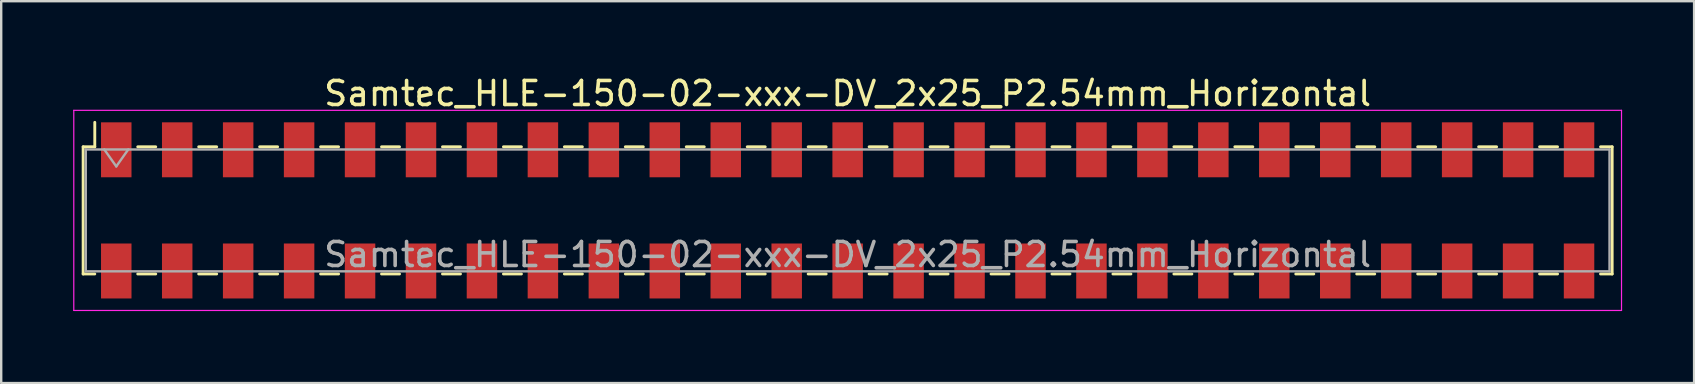
<source format=kicad_pcb>
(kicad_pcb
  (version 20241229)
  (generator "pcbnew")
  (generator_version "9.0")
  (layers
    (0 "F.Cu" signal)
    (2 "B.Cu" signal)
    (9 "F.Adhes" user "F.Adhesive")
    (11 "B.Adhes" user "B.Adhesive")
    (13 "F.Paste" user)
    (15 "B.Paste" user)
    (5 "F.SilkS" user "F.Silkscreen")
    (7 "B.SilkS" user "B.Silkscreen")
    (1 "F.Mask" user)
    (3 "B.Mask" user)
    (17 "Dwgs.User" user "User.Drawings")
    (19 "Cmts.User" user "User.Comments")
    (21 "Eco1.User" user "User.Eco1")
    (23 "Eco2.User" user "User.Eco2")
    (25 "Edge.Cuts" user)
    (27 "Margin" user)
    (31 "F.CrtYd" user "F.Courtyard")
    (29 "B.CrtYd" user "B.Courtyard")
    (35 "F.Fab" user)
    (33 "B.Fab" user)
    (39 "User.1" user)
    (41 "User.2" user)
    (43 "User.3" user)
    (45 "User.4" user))
  (footprint "Samtec_HLE-150-02-xxx-DV_2x25_P2.54mm_Horizontal"
    (layer "F.Cu")
    (at 32.275 5.718)
    (property "Reference" "Samtec_HLE-150-02-xxx-DV_2x25_P2.54mm_Horizontal" (at 0 -4.87 0) (layer "F.SilkS") (effects (font (size 1 1) (thickness 0.15))))
    (attr smd)
    (fp_line (start -31.86 -2.65) (end -31.86 2.65) (stroke (width 0.12) (type solid)) (layer "F.SilkS"))
    (fp_line (start -31.86 2.65) (end -31.375 2.65) (stroke (width 0.12) (type solid)) (layer "F.SilkS"))
    (fp_line (start -31.375 -3.67) (end -31.375 -2.65) (stroke (width 0.12) (type solid)) (layer "F.SilkS"))
    (fp_line (start -31.375 -2.65) (end -31.86 -2.65) (stroke (width 0.12) (type solid)) (layer "F.SilkS"))
    (fp_line (start -29.585 -2.65) (end -28.835 -2.65) (stroke (width 0.12) (type solid)) (layer "F.SilkS"))
    (fp_line (start -29.585 2.65) (end -28.835 2.65) (stroke (width 0.12) (type solid)) (layer "F.SilkS"))
    (fp_line (start -27.045 -2.65) (end -26.295 -2.65) (stroke (width 0.12) (type solid)) (layer "F.SilkS"))
    (fp_line (start -27.045 2.65) (end -26.295 2.65) (stroke (width 0.12) (type solid)) (layer "F.SilkS"))
    (fp_line (start -24.505 -2.65) (end -23.755 -2.65) (stroke (width 0.12) (type solid)) (layer "F.SilkS"))
    (fp_line (start -24.505 2.65) (end -23.755 2.65) (stroke (width 0.12) (type solid)) (layer "F.SilkS"))
    (fp_line (start -21.965 -2.65) (end -21.215 -2.65) (stroke (width 0.12) (type solid)) (layer "F.SilkS"))
    (fp_line (start -21.965 2.65) (end -21.215 2.65) (stroke (width 0.12) (type solid)) (layer "F.SilkS"))
    (fp_line (start -19.425 -2.65) (end -18.675 -2.65) (stroke (width 0.12) (type solid)) (layer "F.SilkS"))
    (fp_line (start -19.425 2.65) (end -18.675 2.65) (stroke (width 0.12) (type solid)) (layer "F.SilkS"))
    (fp_line (start -16.885 -2.65) (end -16.135 -2.65) (stroke (width 0.12) (type solid)) (layer "F.SilkS"))
    (fp_line (start -16.885 2.65) (end -16.135 2.65) (stroke (width 0.12) (type solid)) (layer "F.SilkS"))
    (fp_line (start -14.345 -2.65) (end -13.595 -2.65) (stroke (width 0.12) (type solid)) (layer "F.SilkS"))
    (fp_line (start -14.345 2.65) (end -13.595 2.65) (stroke (width 0.12) (type solid)) (layer "F.SilkS"))
    (fp_line (start -11.805 -2.65) (end -11.055 -2.65) (stroke (width 0.12) (type solid)) (layer "F.SilkS"))
    (fp_line (start -11.805 2.65) (end -11.055 2.65) (stroke (width 0.12) (type solid)) (layer "F.SilkS"))
    (fp_line (start -9.265 -2.65) (end -8.515 -2.65) (stroke (width 0.12) (type solid)) (layer "F.SilkS"))
    (fp_line (start -9.265 2.65) (end -8.515 2.65) (stroke (width 0.12) (type solid)) (layer "F.SilkS"))
    (fp_line (start -6.725 -2.65) (end -5.975 -2.65) (stroke (width 0.12) (type solid)) (layer "F.SilkS"))
    (fp_line (start -6.725 2.65) (end -5.975 2.65) (stroke (width 0.12) (type solid)) (layer "F.SilkS"))
    (fp_line (start -4.185 -2.65) (end -3.435 -2.65) (stroke (width 0.12) (type solid)) (layer "F.SilkS"))
    (fp_line (start -4.185 2.65) (end -3.435 2.65) (stroke (width 0.12) (type solid)) (layer "F.SilkS"))
    (fp_line (start -1.645 -2.65) (end -0.895 -2.65) (stroke (width 0.12) (type solid)) (layer "F.SilkS"))
    (fp_line (start -1.645 2.65) (end -0.895 2.65) (stroke (width 0.12) (type solid)) (layer "F.SilkS"))
    (fp_line (start 0.895 -2.65) (end 1.645 -2.65) (stroke (width 0.12) (type solid)) (layer "F.SilkS"))
    (fp_line (start 0.895 2.65) (end 1.645 2.65) (stroke (width 0.12) (type solid)) (layer "F.SilkS"))
    (fp_line (start 3.435 -2.65) (end 4.185 -2.65) (stroke (width 0.12) (type solid)) (layer "F.SilkS"))
    (fp_line (start 3.435 2.65) (end 4.185 2.65) (stroke (width 0.12) (type solid)) (layer "F.SilkS"))
    (fp_line (start 5.975 -2.65) (end 6.725 -2.65) (stroke (width 0.12) (type solid)) (layer "F.SilkS"))
    (fp_line (start 5.975 2.65) (end 6.725 2.65) (stroke (width 0.12) (type solid)) (layer "F.SilkS"))
    (fp_line (start 8.515 -2.65) (end 9.265 -2.65) (stroke (width 0.12) (type solid)) (layer "F.SilkS"))
    (fp_line (start 8.515 2.65) (end 9.265 2.65) (stroke (width 0.12) (type solid)) (layer "F.SilkS"))
    (fp_line (start 11.055 -2.65) (end 11.805 -2.65) (stroke (width 0.12) (type solid)) (layer "F.SilkS"))
    (fp_line (start 11.055 2.65) (end 11.805 2.65) (stroke (width 0.12) (type solid)) (layer "F.SilkS"))
    (fp_line (start 13.595 -2.65) (end 14.345 -2.65) (stroke (width 0.12) (type solid)) (layer "F.SilkS"))
    (fp_line (start 13.595 2.65) (end 14.345 2.65) (stroke (width 0.12) (type solid)) (layer "F.SilkS"))
    (fp_line (start 16.135 -2.65) (end 16.885 -2.65) (stroke (width 0.12) (type solid)) (layer "F.SilkS"))
    (fp_line (start 16.135 2.65) (end 16.885 2.65) (stroke (width 0.12) (type solid)) (layer "F.SilkS"))
    (fp_line (start 18.675 -2.65) (end 19.425 -2.65) (stroke (width 0.12) (type solid)) (layer "F.SilkS"))
    (fp_line (start 18.675 2.65) (end 19.425 2.65) (stroke (width 0.12) (type solid)) (layer "F.SilkS"))
    (fp_line (start 21.215 -2.65) (end 21.965 -2.65) (stroke (width 0.12) (type solid)) (layer "F.SilkS"))
    (fp_line (start 21.215 2.65) (end 21.965 2.65) (stroke (width 0.12) (type solid)) (layer "F.SilkS"))
    (fp_line (start 23.755 -2.65) (end 24.505 -2.65) (stroke (width 0.12) (type solid)) (layer "F.SilkS"))
    (fp_line (start 23.755 2.65) (end 24.505 2.65) (stroke (width 0.12) (type solid)) (layer "F.SilkS"))
    (fp_line (start 26.295 -2.65) (end 27.045 -2.65) (stroke (width 0.12) (type solid)) (layer "F.SilkS"))
    (fp_line (start 26.295 2.65) (end 27.045 2.65) (stroke (width 0.12) (type solid)) (layer "F.SilkS"))
    (fp_line (start 28.835 -2.65) (end 29.585 -2.65) (stroke (width 0.12) (type solid)) (layer "F.SilkS"))
    (fp_line (start 28.835 2.65) (end 29.585 2.65) (stroke (width 0.12) (type solid)) (layer "F.SilkS"))
    (fp_line (start 31.375 -2.65) (end 31.86 -2.65) (stroke (width 0.12) (type solid)) (layer "F.SilkS"))
    (fp_line (start 31.86 -2.65) (end 31.86 2.65) (stroke (width 0.12) (type solid)) (layer "F.SilkS"))
    (fp_line (start 31.86 2.65) (end 31.375 2.65) (stroke (width 0.12) (type solid)) (layer "F.SilkS"))
    (fp_line (start -32.25 -4.17) (end 32.25 -4.17) (stroke (width 0.05) (type solid)) (layer "F.CrtYd"))
    (fp_line (start -32.25 4.17) (end -32.25 -4.17) (stroke (width 0.05) (type solid)) (layer "F.CrtYd"))
    (fp_line (start 32.25 -4.17) (end 32.25 4.17) (stroke (width 0.05) (type solid)) (layer "F.CrtYd"))
    (fp_line (start 32.25 4.17) (end -32.25 4.17) (stroke (width 0.05) (type solid)) (layer "F.CrtYd"))
    (fp_line (start -31.75 -2.54) (end 31.75 -2.54) (stroke (width 0.1) (type solid)) (layer "F.Fab"))
    (fp_line (start -31.75 2.54) (end -31.75 -2.54) (stroke (width 0.1) (type solid)) (layer "F.Fab"))
    (fp_line (start -30.98 -2.54) (end -30.48 -1.833) (stroke (width 0.1) (type solid)) (layer "F.Fab"))
    (fp_line (start -30.48 -1.833) (end -29.98 -2.54) (stroke (width 0.1) (type solid)) (layer "F.Fab"))
    (fp_line (start 31.75 -2.54) (end 31.75 2.54) (stroke (width 0.1) (type solid)) (layer "F.Fab"))
    (fp_line (start 31.75 2.54) (end -31.75 2.54) (stroke (width 0.1) (type solid)) (layer "F.Fab"))
    (fp_text user "${REFERENCE}" (at 0 1.84 0) (layer "F.Fab") (effects (font (size 1 1) (thickness 0.15))))
    (pad "1" smd rect (at -30.48 -2.525) (size 1.27 2.29) (layers "F.Cu" "F.Mask" "F.Paste"))
    (pad "2" smd rect (at -30.48 2.525) (size 1.27 2.29) (layers "F.Cu" "F.Mask" "F.Paste"))
    (pad "3" smd rect (at -27.94 -2.525) (size 1.27 2.29) (layers "F.Cu" "F.Mask" "F.Paste"))
    (pad "4" smd rect (at -27.94 2.525) (size 1.27 2.29) (layers "F.Cu" "F.Mask" "F.Paste"))
    (pad "5" smd rect (at -25.4 -2.525) (size 1.27 2.29) (layers "F.Cu" "F.Mask" "F.Paste"))
    (pad "6" smd rect (at -25.4 2.525) (size 1.27 2.29) (layers "F.Cu" "F.Mask" "F.Paste"))
    (pad "7" smd rect (at -22.86 -2.525) (size 1.27 2.29) (layers "F.Cu" "F.Mask" "F.Paste"))
    (pad "8" smd rect (at -22.86 2.525) (size 1.27 2.29) (layers "F.Cu" "F.Mask" "F.Paste"))
    (pad "9" smd rect (at -20.32 -2.525) (size 1.27 2.29) (layers "F.Cu" "F.Mask" "F.Paste"))
    (pad "10" smd rect (at -20.32 2.525) (size 1.27 2.29) (layers "F.Cu" "F.Mask" "F.Paste"))
    (pad "11" smd rect (at -17.78 -2.525) (size 1.27 2.29) (layers "F.Cu" "F.Mask" "F.Paste"))
    (pad "12" smd rect (at -17.78 2.525) (size 1.27 2.29) (layers "F.Cu" "F.Mask" "F.Paste"))
    (pad "13" smd rect (at -15.24 -2.525) (size 1.27 2.29) (layers "F.Cu" "F.Mask" "F.Paste"))
    (pad "14" smd rect (at -15.24 2.525) (size 1.27 2.29) (layers "F.Cu" "F.Mask" "F.Paste"))
    (pad "15" smd rect (at -12.7 -2.525) (size 1.27 2.29) (layers "F.Cu" "F.Mask" "F.Paste"))
    (pad "16" smd rect (at -12.7 2.525) (size 1.27 2.29) (layers "F.Cu" "F.Mask" "F.Paste"))
    (pad "17" smd rect (at -10.16 -2.525) (size 1.27 2.29) (layers "F.Cu" "F.Mask" "F.Paste"))
    (pad "18" smd rect (at -10.16 2.525) (size 1.27 2.29) (layers "F.Cu" "F.Mask" "F.Paste"))
    (pad "19" smd rect (at -7.62 -2.525) (size 1.27 2.29) (layers "F.Cu" "F.Mask" "F.Paste"))
    (pad "20" smd rect (at -7.62 2.525) (size 1.27 2.29) (layers "F.Cu" "F.Mask" "F.Paste"))
    (pad "21" smd rect (at -5.08 -2.525) (size 1.27 2.29) (layers "F.Cu" "F.Mask" "F.Paste"))
    (pad "22" smd rect (at -5.08 2.525) (size 1.27 2.29) (layers "F.Cu" "F.Mask" "F.Paste"))
    (pad "23" smd rect (at -2.54 -2.525) (size 1.27 2.29) (layers "F.Cu" "F.Mask" "F.Paste"))
    (pad "24" smd rect (at -2.54 2.525) (size 1.27 2.29) (layers "F.Cu" "F.Mask" "F.Paste"))
    (pad "25" smd rect (at 0 -2.525) (size 1.27 2.29) (layers "F.Cu" "F.Mask" "F.Paste"))
    (pad "26" smd rect (at 0 2.525) (size 1.27 2.29) (layers "F.Cu" "F.Mask" "F.Paste"))
    (pad "27" smd rect (at 2.54 -2.525) (size 1.27 2.29) (layers "F.Cu" "F.Mask" "F.Paste"))
    (pad "28" smd rect (at 2.54 2.525) (size 1.27 2.29) (layers "F.Cu" "F.Mask" "F.Paste"))
    (pad "29" smd rect (at 5.08 -2.525) (size 1.27 2.29) (layers "F.Cu" "F.Mask" "F.Paste"))
    (pad "30" smd rect (at 5.08 2.525) (size 1.27 2.29) (layers "F.Cu" "F.Mask" "F.Paste"))
    (pad "31" smd rect (at 7.62 -2.525) (size 1.27 2.29) (layers "F.Cu" "F.Mask" "F.Paste"))
    (pad "32" smd rect (at 7.62 2.525) (size 1.27 2.29) (layers "F.Cu" "F.Mask" "F.Paste"))
    (pad "33" smd rect (at 10.16 -2.525) (size 1.27 2.29) (layers "F.Cu" "F.Mask" "F.Paste"))
    (pad "34" smd rect (at 10.16 2.525) (size 1.27 2.29) (layers "F.Cu" "F.Mask" "F.Paste"))
    (pad "35" smd rect (at 12.7 -2.525) (size 1.27 2.29) (layers "F.Cu" "F.Mask" "F.Paste"))
    (pad "36" smd rect (at 12.7 2.525) (size 1.27 2.29) (layers "F.Cu" "F.Mask" "F.Paste"))
    (pad "37" smd rect (at 15.24 -2.525) (size 1.27 2.29) (layers "F.Cu" "F.Mask" "F.Paste"))
    (pad "38" smd rect (at 15.24 2.525) (size 1.27 2.29) (layers "F.Cu" "F.Mask" "F.Paste"))
    (pad "39" smd rect (at 17.78 -2.525) (size 1.27 2.29) (layers "F.Cu" "F.Mask" "F.Paste"))
    (pad "40" smd rect (at 17.78 2.525) (size 1.27 2.29) (layers "F.Cu" "F.Mask" "F.Paste"))
    (pad "41" smd rect (at 20.32 -2.525) (size 1.27 2.29) (layers "F.Cu" "F.Mask" "F.Paste"))
    (pad "42" smd rect (at 20.32 2.525) (size 1.27 2.29) (layers "F.Cu" "F.Mask" "F.Paste"))
    (pad "43" smd rect (at 22.86 -2.525) (size 1.27 2.29) (layers "F.Cu" "F.Mask" "F.Paste"))
    (pad "44" smd rect (at 22.86 2.525) (size 1.27 2.29) (layers "F.Cu" "F.Mask" "F.Paste"))
    (pad "45" smd rect (at 25.4 -2.525) (size 1.27 2.29) (layers "F.Cu" "F.Mask" "F.Paste"))
    (pad "46" smd rect (at 25.4 2.525) (size 1.27 2.29) (layers "F.Cu" "F.Mask" "F.Paste"))
    (pad "47" smd rect (at 27.94 -2.525) (size 1.27 2.29) (layers "F.Cu" "F.Mask" "F.Paste"))
    (pad "48" smd rect (at 27.94 2.525) (size 1.27 2.29) (layers "F.Cu" "F.Mask" "F.Paste"))
    (pad "49" smd rect (at 30.48 -2.525) (size 1.27 2.29) (layers "F.Cu" "F.Mask" "F.Paste"))
    (pad "50" smd rect (at 30.48 2.525) (size 1.27 2.29) (layers "F.Cu" "F.Mask" "F.Paste")))
  (gr_rect
    (start -3 -3)
    (end 67.55 12.913)
    (stroke (width 0.1) (type default))
    (fill no)
    (layer "Edge.Cuts")))
</source>
